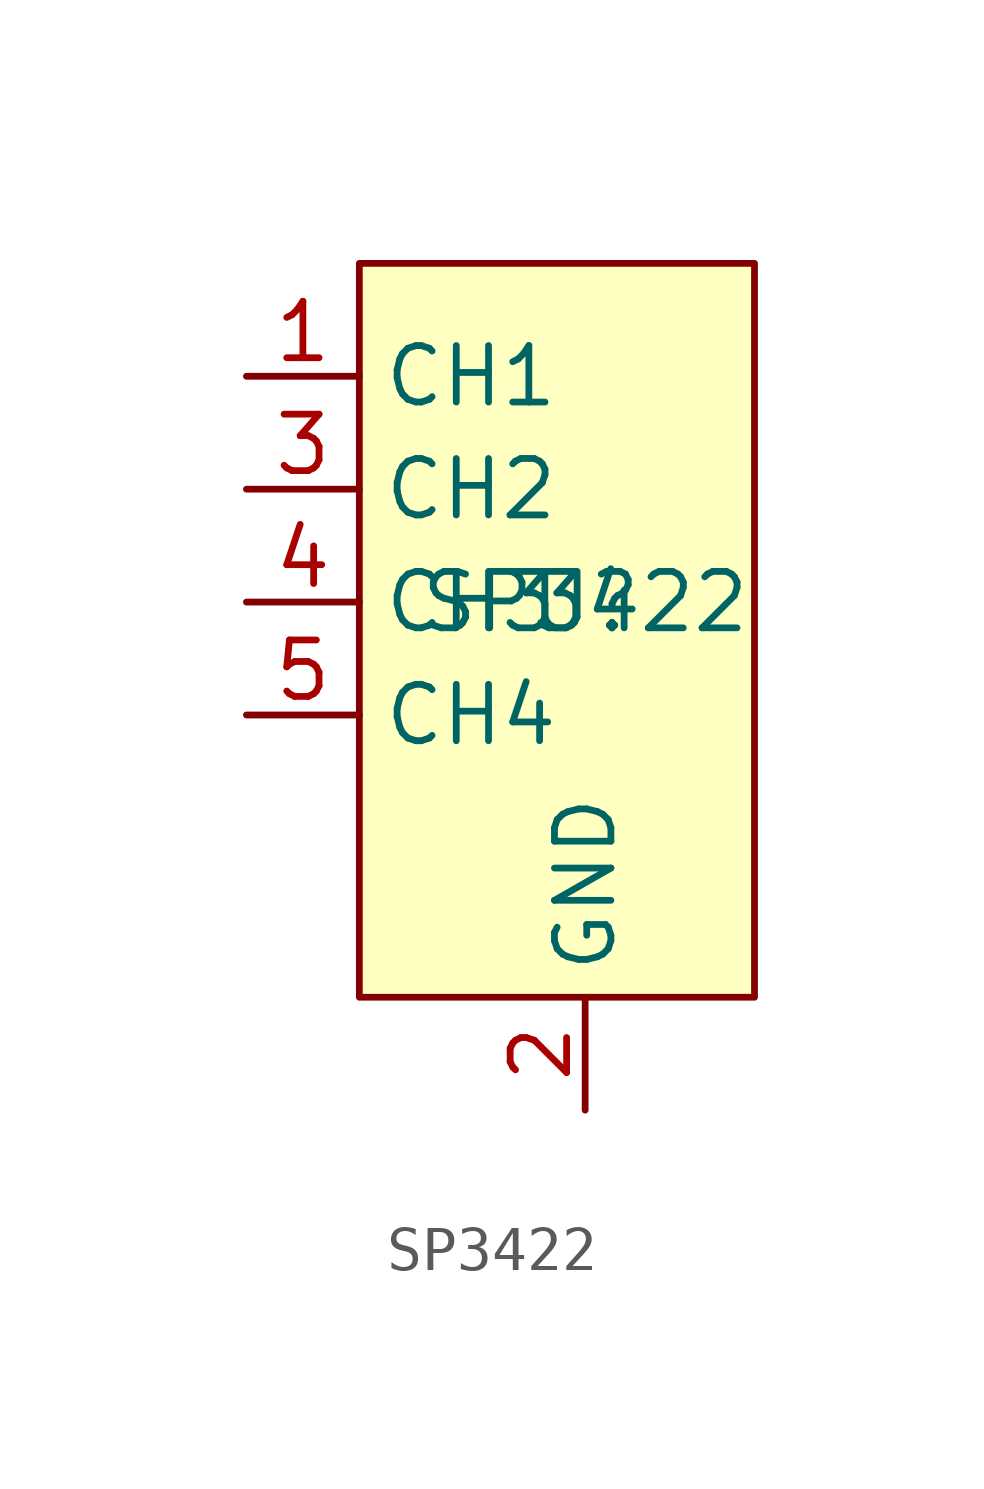
<source format=kicad_sym>
(kicad_symbol_lib
  (version 20211014)
  (generator kicad_symbol_editor)
  (symbol "SP3422"
    (property "Reference" "U"
      (at 0 0 0)
      (effects (font (size 1.27 1.27))))
    (property "Value" "SP3422"
      (at 0 0 0)
      (effects (font (size 1.27 1.27))))
    (symbol "SP3422_0_1"
      (rectangle (start -5.08 7.62) (end 3.81 -8.89) (stroke (width 0) (type default) (color 0 0 0 0)) (fill (type background))))
    (symbol "SP3422_1_1"
      (pin input line (at -7.62 5.08 0) (length 2.54) (name "CH1" (effects (font (size 1.27 1.27)))) (number "1" (effects (font (size 1.27 1.27)))))
      (pin power_in line (at 0 -11.43 90) (length 2.54) (name "GND" (effects (font (size 1.27 1.27)))) (number "2" (effects (font (size 1.27 1.27)))))
      (pin input line (at -7.62 2.54 0) (length 2.54) (name "CH2" (effects (font (size 1.27 1.27)))) (number "3" (effects (font (size 1.27 1.27)))))
      (pin input line (at -7.62 0 0) (length 2.54) (name "CH3" (effects (font (size 1.27 1.27)))) (number "4" (effects (font (size 1.27 1.27)))))
      (pin input line (at -7.62 -2.54 0) (length 2.54) (name "CH4" (effects (font (size 1.27 1.27)))) (number "5" (effects (font (size 1.27 1.27))))))))
</source>
